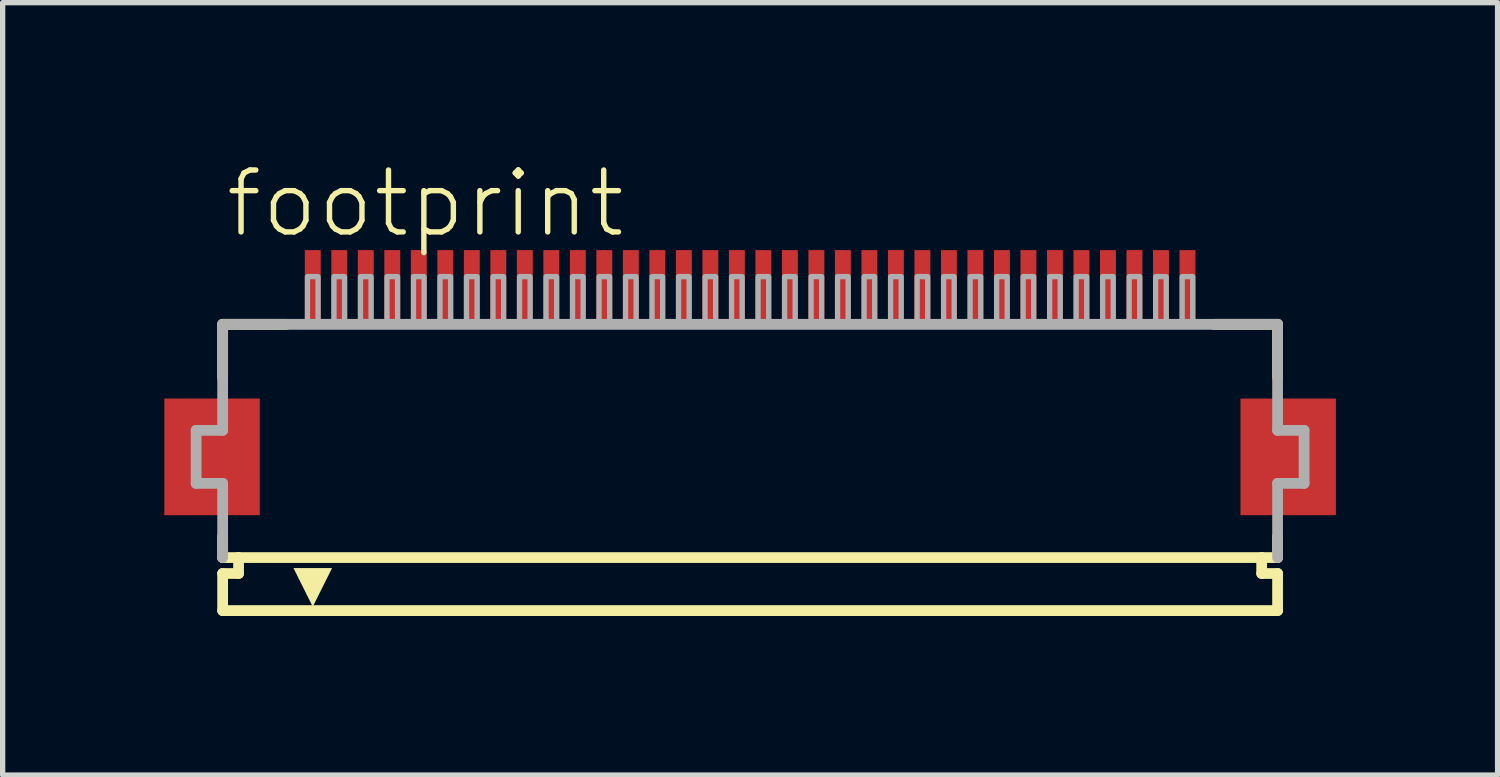
<source format=kicad_pcb>
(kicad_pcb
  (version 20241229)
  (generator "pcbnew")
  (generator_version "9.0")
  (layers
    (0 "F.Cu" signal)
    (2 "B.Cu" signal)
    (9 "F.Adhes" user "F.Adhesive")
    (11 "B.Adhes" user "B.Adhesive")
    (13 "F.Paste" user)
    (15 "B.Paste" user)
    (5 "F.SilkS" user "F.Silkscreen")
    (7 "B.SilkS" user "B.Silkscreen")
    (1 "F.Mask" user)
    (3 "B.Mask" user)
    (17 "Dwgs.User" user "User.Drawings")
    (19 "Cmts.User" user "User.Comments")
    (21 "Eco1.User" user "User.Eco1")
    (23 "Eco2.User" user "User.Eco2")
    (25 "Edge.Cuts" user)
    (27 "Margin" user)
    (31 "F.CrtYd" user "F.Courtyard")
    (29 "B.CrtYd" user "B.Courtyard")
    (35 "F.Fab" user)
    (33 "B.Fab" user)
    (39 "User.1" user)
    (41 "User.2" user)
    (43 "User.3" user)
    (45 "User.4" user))
  (footprint "footprint"
    (layer "F.Cu")
    (at 11.1 5.568)
    (property "Reference" "footprint" (at -9.948 -4.095 0) (layer "F.SilkS") (effects (font (size 1.168 1.168) (thickness 0.102)) (justify left bottom)))
    (fp_poly (pts (xy -9.25 -1.1) (xy -11.05 -1.1) (xy -11.05 1.1) (xy -9.25 1.1)) (stroke (width 0) (type solid)) (fill yes) (layer "F.Cu"))
    (fp_poly (pts (xy 11.05 -1.1) (xy 9.25 -1.1) (xy 9.25 1.1) (xy 11.05 1.1)) (stroke (width 0) (type solid)) (fill yes) (layer "F.Cu"))
    (fp_poly (pts (xy -9.2 -1.175) (xy -11.1 -1.175) (xy -11.1 1.175) (xy -9.2 1.175)) (stroke (width 0) (type solid)) (fill yes) (layer "F.Mask"))
    (fp_poly (pts (xy -8.45 -2.55) (xy -8.05 -2.55) (xy -8.05 -3.95) (xy -8.45 -3.95)) (stroke (width 0) (type solid)) (fill yes) (layer "F.Mask"))
    (fp_poly (pts (xy -7.95 -2.55) (xy -7.55 -2.55) (xy -7.55 -3.95) (xy -7.95 -3.95)) (stroke (width 0) (type solid)) (fill yes) (layer "F.Mask"))
    (fp_poly (pts (xy -7.45 -2.55) (xy -7.05 -2.55) (xy -7.05 -3.95) (xy -7.45 -3.95)) (stroke (width 0) (type solid)) (fill yes) (layer "F.Mask"))
    (fp_poly (pts (xy -6.95 -2.55) (xy -6.55 -2.55) (xy -6.55 -3.95) (xy -6.95 -3.95)) (stroke (width 0) (type solid)) (fill yes) (layer "F.Mask"))
    (fp_poly (pts (xy -6.45 -2.55) (xy -6.05 -2.55) (xy -6.05 -3.95) (xy -6.45 -3.95)) (stroke (width 0) (type solid)) (fill yes) (layer "F.Mask"))
    (fp_poly (pts (xy -5.95 -2.55) (xy -5.55 -2.55) (xy -5.55 -3.95) (xy -5.95 -3.95)) (stroke (width 0) (type solid)) (fill yes) (layer "F.Mask"))
    (fp_poly (pts (xy -5.45 -2.55) (xy -5.05 -2.55) (xy -5.05 -3.95) (xy -5.45 -3.95)) (stroke (width 0) (type solid)) (fill yes) (layer "F.Mask"))
    (fp_poly (pts (xy -4.95 -2.55) (xy -4.55 -2.55) (xy -4.55 -3.95) (xy -4.95 -3.95)) (stroke (width 0) (type solid)) (fill yes) (layer "F.Mask"))
    (fp_poly (pts (xy -4.45 -2.55) (xy -4.05 -2.55) (xy -4.05 -3.95) (xy -4.45 -3.95)) (stroke (width 0) (type solid)) (fill yes) (layer "F.Mask"))
    (fp_poly (pts (xy -3.95 -2.55) (xy -3.55 -2.55) (xy -3.55 -3.95) (xy -3.95 -3.95)) (stroke (width 0) (type solid)) (fill yes) (layer "F.Mask"))
    (fp_poly (pts (xy -3.45 -2.55) (xy -3.05 -2.55) (xy -3.05 -3.95) (xy -3.45 -3.95)) (stroke (width 0) (type solid)) (fill yes) (layer "F.Mask"))
    (fp_poly (pts (xy -2.95 -2.55) (xy -2.55 -2.55) (xy -2.55 -3.95) (xy -2.95 -3.95)) (stroke (width 0) (type solid)) (fill yes) (layer "F.Mask"))
    (fp_poly (pts (xy -2.45 -2.55) (xy -2.05 -2.55) (xy -2.05 -3.95) (xy -2.45 -3.95)) (stroke (width 0) (type solid)) (fill yes) (layer "F.Mask"))
    (fp_poly (pts (xy -1.95 -2.55) (xy -1.55 -2.55) (xy -1.55 -3.95) (xy -1.95 -3.95)) (stroke (width 0) (type solid)) (fill yes) (layer "F.Mask"))
    (fp_poly (pts (xy -1.45 -2.55) (xy -1.05 -2.55) (xy -1.05 -3.95) (xy -1.45 -3.95)) (stroke (width 0) (type solid)) (fill yes) (layer "F.Mask"))
    (fp_poly (pts (xy -0.95 -2.55) (xy -0.55 -2.55) (xy -0.55 -3.95) (xy -0.95 -3.95)) (stroke (width 0) (type solid)) (fill yes) (layer "F.Mask"))
    (fp_poly (pts (xy -0.45 -2.55) (xy -0.05 -2.55) (xy -0.05 -3.95) (xy -0.45 -3.95)) (stroke (width 0) (type solid)) (fill yes) (layer "F.Mask"))
    (fp_poly (pts (xy 0.05 -2.55) (xy 0.45 -2.55) (xy 0.45 -3.95) (xy 0.05 -3.95)) (stroke (width 0) (type solid)) (fill yes) (layer "F.Mask"))
    (fp_poly (pts (xy 0.55 -2.55) (xy 0.95 -2.55) (xy 0.95 -3.95) (xy 0.55 -3.95)) (stroke (width 0) (type solid)) (fill yes) (layer "F.Mask"))
    (fp_poly (pts (xy 1.05 -2.55) (xy 1.45 -2.55) (xy 1.45 -3.95) (xy 1.05 -3.95)) (stroke (width 0) (type solid)) (fill yes) (layer "F.Mask"))
    (fp_poly (pts (xy 1.55 -2.55) (xy 1.95 -2.55) (xy 1.95 -3.95) (xy 1.55 -3.95)) (stroke (width 0) (type solid)) (fill yes) (layer "F.Mask"))
    (fp_poly (pts (xy 2.05 -2.55) (xy 2.45 -2.55) (xy 2.45 -3.95) (xy 2.05 -3.95)) (stroke (width 0) (type solid)) (fill yes) (layer "F.Mask"))
    (fp_poly (pts (xy 2.55 -2.55) (xy 2.95 -2.55) (xy 2.95 -3.95) (xy 2.55 -3.95)) (stroke (width 0) (type solid)) (fill yes) (layer "F.Mask"))
    (fp_poly (pts (xy 3.05 -2.55) (xy 3.45 -2.55) (xy 3.45 -3.95) (xy 3.05 -3.95)) (stroke (width 0) (type solid)) (fill yes) (layer "F.Mask"))
    (fp_poly (pts (xy 3.55 -2.55) (xy 3.95 -2.55) (xy 3.95 -3.95) (xy 3.55 -3.95)) (stroke (width 0) (type solid)) (fill yes) (layer "F.Mask"))
    (fp_poly (pts (xy 4.05 -2.55) (xy 4.45 -2.55) (xy 4.45 -3.95) (xy 4.05 -3.95)) (stroke (width 0) (type solid)) (fill yes) (layer "F.Mask"))
    (fp_poly (pts (xy 4.55 -2.55) (xy 4.95 -2.55) (xy 4.95 -3.95) (xy 4.55 -3.95)) (stroke (width 0) (type solid)) (fill yes) (layer "F.Mask"))
    (fp_poly (pts (xy 5.05 -2.55) (xy 5.45 -2.55) (xy 5.45 -3.95) (xy 5.05 -3.95)) (stroke (width 0) (type solid)) (fill yes) (layer "F.Mask"))
    (fp_poly (pts (xy 5.55 -2.55) (xy 5.95 -2.55) (xy 5.95 -3.95) (xy 5.55 -3.95)) (stroke (width 0) (type solid)) (fill yes) (layer "F.Mask"))
    (fp_poly (pts (xy 6.05 -2.55) (xy 6.45 -2.55) (xy 6.45 -3.95) (xy 6.05 -3.95)) (stroke (width 0) (type solid)) (fill yes) (layer "F.Mask"))
    (fp_poly (pts (xy 6.55 -2.55) (xy 6.95 -2.55) (xy 6.95 -3.95) (xy 6.55 -3.95)) (stroke (width 0) (type solid)) (fill yes) (layer "F.Mask"))
    (fp_poly (pts (xy 7.05 -2.55) (xy 7.45 -2.55) (xy 7.45 -3.95) (xy 7.05 -3.95)) (stroke (width 0) (type solid)) (fill yes) (layer "F.Mask"))
    (fp_poly (pts (xy 7.55 -2.55) (xy 7.95 -2.55) (xy 7.95 -3.95) (xy 7.55 -3.95)) (stroke (width 0) (type solid)) (fill yes) (layer "F.Mask"))
    (fp_poly (pts (xy 8.05 -2.55) (xy 8.45 -2.55) (xy 8.45 -3.95) (xy 8.05 -3.95)) (stroke (width 0) (type solid)) (fill yes) (layer "F.Mask"))
    (fp_poly (pts (xy 11.1 -1.175) (xy 9.2 -1.175) (xy 9.2 1.175) (xy 11.1 1.175)) (stroke (width 0) (type solid)) (fill yes) (layer "F.Mask"))
    (fp_line (start -9.95 -2.5) (end -9.95 -1.5) (stroke (width 0.203) (type solid)) (layer "F.SilkS"))
    (fp_line (start -9.95 1.5) (end -9.95 1.9) (stroke (width 0.203) (type solid)) (layer "F.SilkS"))
    (fp_line (start -9.95 1.9) (end -9.65 1.9) (stroke (width 0.203) (type solid)) (layer "F.SilkS"))
    (fp_line (start -9.95 2.2) (end -9.95 2.9) (stroke (width 0.203) (type solid)) (layer "F.SilkS"))
    (fp_line (start -9.65 1.9) (end -9.65 2.2) (stroke (width 0.203) (type solid)) (layer "F.SilkS"))
    (fp_line (start -9.65 2.2) (end -9.95 2.2) (stroke (width 0.203) (type solid)) (layer "F.SilkS"))
    (fp_line (start -8.75 -2.5) (end -9.95 -2.5) (stroke (width 0.203) (type solid)) (layer "F.SilkS"))
    (fp_line (start 9.65 1.9) (end -9.65 1.9) (stroke (width 0.203) (type solid)) (layer "F.SilkS"))
    (fp_line (start 9.65 1.9) (end 9.95 1.9) (stroke (width 0.203) (type solid)) (layer "F.SilkS"))
    (fp_line (start 9.65 2.2) (end 9.65 1.9) (stroke (width 0.203) (type solid)) (layer "F.SilkS"))
    (fp_line (start 9.95 -2.5) (end 8.75 -2.5) (stroke (width 0.203) (type solid)) (layer "F.SilkS"))
    (fp_line (start 9.95 -1.5) (end 9.95 -2.5) (stroke (width 0.203) (type solid)) (layer "F.SilkS"))
    (fp_line (start 9.95 1.9) (end 9.95 1.5) (stroke (width 0.203) (type solid)) (layer "F.SilkS"))
    (fp_line (start 9.95 2.2) (end 9.65 2.2) (stroke (width 0.203) (type solid)) (layer "F.SilkS"))
    (fp_line (start 9.95 2.9) (end -9.95 2.9) (stroke (width 0.203) (type solid)) (layer "F.SilkS"))
    (fp_line (start 9.95 2.9) (end 9.95 2.2) (stroke (width 0.203) (type solid)) (layer "F.SilkS"))
    (fp_poly (pts (xy -8.25 2.827) (xy -8.614 2.098) (xy -7.886 2.098)) (stroke (width 0) (type solid)) (fill yes) (layer "F.SilkS"))
    (fp_poly (pts (xy -9.325 -1.025) (xy -10.975 -1.025) (xy -10.975 1.025) (xy -9.325 1.025)) (stroke (width 0) (type solid)) (fill yes) (layer "F.Paste"))
    (fp_poly (pts (xy -8.375 -2.625) (xy -8.125 -2.625) (xy -8.125 -3.875) (xy -8.375 -3.875)) (stroke (width 0) (type solid)) (fill yes) (layer "F.Paste"))
    (fp_poly (pts (xy -7.875 -2.625) (xy -7.625 -2.625) (xy -7.625 -3.875) (xy -7.875 -3.875)) (stroke (width 0) (type solid)) (fill yes) (layer "F.Paste"))
    (fp_poly (pts (xy -7.375 -2.625) (xy -7.125 -2.625) (xy -7.125 -3.875) (xy -7.375 -3.875)) (stroke (width 0) (type solid)) (fill yes) (layer "F.Paste"))
    (fp_poly (pts (xy -6.875 -2.625) (xy -6.625 -2.625) (xy -6.625 -3.875) (xy -6.875 -3.875)) (stroke (width 0) (type solid)) (fill yes) (layer "F.Paste"))
    (fp_poly (pts (xy -6.375 -2.625) (xy -6.125 -2.625) (xy -6.125 -3.875) (xy -6.375 -3.875)) (stroke (width 0) (type solid)) (fill yes) (layer "F.Paste"))
    (fp_poly (pts (xy -5.875 -2.625) (xy -5.625 -2.625) (xy -5.625 -3.875) (xy -5.875 -3.875)) (stroke (width 0) (type solid)) (fill yes) (layer "F.Paste"))
    (fp_poly (pts (xy -5.375 -2.625) (xy -5.125 -2.625) (xy -5.125 -3.875) (xy -5.375 -3.875)) (stroke (width 0) (type solid)) (fill yes) (layer "F.Paste"))
    (fp_poly (pts (xy -4.875 -2.625) (xy -4.625 -2.625) (xy -4.625 -3.875) (xy -4.875 -3.875)) (stroke (width 0) (type solid)) (fill yes) (layer "F.Paste"))
    (fp_poly (pts (xy -4.375 -2.625) (xy -4.125 -2.625) (xy -4.125 -3.875) (xy -4.375 -3.875)) (stroke (width 0) (type solid)) (fill yes) (layer "F.Paste"))
    (fp_poly (pts (xy -3.875 -2.625) (xy -3.625 -2.625) (xy -3.625 -3.875) (xy -3.875 -3.875)) (stroke (width 0) (type solid)) (fill yes) (layer "F.Paste"))
    (fp_poly (pts (xy -3.375 -2.625) (xy -3.125 -2.625) (xy -3.125 -3.875) (xy -3.375 -3.875)) (stroke (width 0) (type solid)) (fill yes) (layer "F.Paste"))
    (fp_poly (pts (xy -2.875 -2.625) (xy -2.625 -2.625) (xy -2.625 -3.875) (xy -2.875 -3.875)) (stroke (width 0) (type solid)) (fill yes) (layer "F.Paste"))
    (fp_poly (pts (xy -2.375 -2.625) (xy -2.125 -2.625) (xy -2.125 -3.875) (xy -2.375 -3.875)) (stroke (width 0) (type solid)) (fill yes) (layer "F.Paste"))
    (fp_poly (pts (xy -1.875 -2.625) (xy -1.625 -2.625) (xy -1.625 -3.875) (xy -1.875 -3.875)) (stroke (width 0) (type solid)) (fill yes) (layer "F.Paste"))
    (fp_poly (pts (xy -1.375 -2.625) (xy -1.125 -2.625) (xy -1.125 -3.875) (xy -1.375 -3.875)) (stroke (width 0) (type solid)) (fill yes) (layer "F.Paste"))
    (fp_poly (pts (xy -0.875 -2.625) (xy -0.625 -2.625) (xy -0.625 -3.875) (xy -0.875 -3.875)) (stroke (width 0) (type solid)) (fill yes) (layer "F.Paste"))
    (fp_poly (pts (xy -0.375 -2.625) (xy -0.125 -2.625) (xy -0.125 -3.875) (xy -0.375 -3.875)) (stroke (width 0) (type solid)) (fill yes) (layer "F.Paste"))
    (fp_poly (pts (xy 0.125 -2.625) (xy 0.375 -2.625) (xy 0.375 -3.875) (xy 0.125 -3.875)) (stroke (width 0) (type solid)) (fill yes) (layer "F.Paste"))
    (fp_poly (pts (xy 0.625 -2.625) (xy 0.875 -2.625) (xy 0.875 -3.875) (xy 0.625 -3.875)) (stroke (width 0) (type solid)) (fill yes) (layer "F.Paste"))
    (fp_poly (pts (xy 1.125 -2.625) (xy 1.375 -2.625) (xy 1.375 -3.875) (xy 1.125 -3.875)) (stroke (width 0) (type solid)) (fill yes) (layer "F.Paste"))
    (fp_poly (pts (xy 1.625 -2.625) (xy 1.875 -2.625) (xy 1.875 -3.875) (xy 1.625 -3.875)) (stroke (width 0) (type solid)) (fill yes) (layer "F.Paste"))
    (fp_poly (pts (xy 2.125 -2.625) (xy 2.375 -2.625) (xy 2.375 -3.875) (xy 2.125 -3.875)) (stroke (width 0) (type solid)) (fill yes) (layer "F.Paste"))
    (fp_poly (pts (xy 2.625 -2.625) (xy 2.875 -2.625) (xy 2.875 -3.875) (xy 2.625 -3.875)) (stroke (width 0) (type solid)) (fill yes) (layer "F.Paste"))
    (fp_poly (pts (xy 3.125 -2.625) (xy 3.375 -2.625) (xy 3.375 -3.875) (xy 3.125 -3.875)) (stroke (width 0) (type solid)) (fill yes) (layer "F.Paste"))
    (fp_poly (pts (xy 3.625 -2.625) (xy 3.875 -2.625) (xy 3.875 -3.875) (xy 3.625 -3.875)) (stroke (width 0) (type solid)) (fill yes) (layer "F.Paste"))
    (fp_poly (pts (xy 4.125 -2.625) (xy 4.375 -2.625) (xy 4.375 -3.875) (xy 4.125 -3.875)) (stroke (width 0) (type solid)) (fill yes) (layer "F.Paste"))
    (fp_poly (pts (xy 4.625 -2.625) (xy 4.875 -2.625) (xy 4.875 -3.875) (xy 4.625 -3.875)) (stroke (width 0) (type solid)) (fill yes) (layer "F.Paste"))
    (fp_poly (pts (xy 5.125 -2.625) (xy 5.375 -2.625) (xy 5.375 -3.875) (xy 5.125 -3.875)) (stroke (width 0) (type solid)) (fill yes) (layer "F.Paste"))
    (fp_poly (pts (xy 5.625 -2.625) (xy 5.875 -2.625) (xy 5.875 -3.875) (xy 5.625 -3.875)) (stroke (width 0) (type solid)) (fill yes) (layer "F.Paste"))
    (fp_poly (pts (xy 6.125 -2.625) (xy 6.375 -2.625) (xy 6.375 -3.875) (xy 6.125 -3.875)) (stroke (width 0) (type solid)) (fill yes) (layer "F.Paste"))
    (fp_poly (pts (xy 6.625 -2.625) (xy 6.875 -2.625) (xy 6.875 -3.875) (xy 6.625 -3.875)) (stroke (width 0) (type solid)) (fill yes) (layer "F.Paste"))
    (fp_poly (pts (xy 7.125 -2.625) (xy 7.375 -2.625) (xy 7.375 -3.875) (xy 7.125 -3.875)) (stroke (width 0) (type solid)) (fill yes) (layer "F.Paste"))
    (fp_poly (pts (xy 7.625 -2.625) (xy 7.875 -2.625) (xy 7.875 -3.875) (xy 7.625 -3.875)) (stroke (width 0) (type solid)) (fill yes) (layer "F.Paste"))
    (fp_poly (pts (xy 8.125 -2.625) (xy 8.375 -2.625) (xy 8.375 -3.875) (xy 8.125 -3.875)) (stroke (width 0) (type solid)) (fill yes) (layer "F.Paste"))
    (fp_poly (pts (xy 10.975 -1.025) (xy 9.325 -1.025) (xy 9.325 1.025) (xy 10.975 1.025)) (stroke (width 0) (type solid)) (fill yes) (layer "F.Paste"))
    (fp_line (start -10.45 -0.5) (end -10.45 0.5) (stroke (width 0.203) (type solid)) (layer "F.Fab"))
    (fp_line (start -10.45 0.5) (end -9.95 0.5) (stroke (width 0.203) (type solid)) (layer "F.Fab"))
    (fp_line (start -9.95 -2.5) (end -9.95 -0.5) (stroke (width 0.203) (type solid)) (layer "F.Fab"))
    (fp_line (start -9.95 -0.5) (end -10.45 -0.5) (stroke (width 0.203) (type solid)) (layer "F.Fab"))
    (fp_line (start -9.95 0.5) (end -9.95 1.9) (stroke (width 0.203) (type solid)) (layer "F.Fab"))
    (fp_line (start 9.95 -2.5) (end -9.95 -2.5) (stroke (width 0.203) (type solid)) (layer "F.Fab"))
    (fp_line (start 9.95 -0.5) (end 9.95 -2.5) (stroke (width 0.203) (type solid)) (layer "F.Fab"))
    (fp_line (start 9.95 0.5) (end 10.45 0.5) (stroke (width 0.203) (type solid)) (layer "F.Fab"))
    (fp_line (start 9.95 1.9) (end 9.95 0.5) (stroke (width 0.203) (type solid)) (layer "F.Fab"))
    (fp_line (start 10.45 -0.5) (end 9.95 -0.5) (stroke (width 0.203) (type solid)) (layer "F.Fab"))
    (fp_line (start 10.45 0.5) (end 10.45 -0.5) (stroke (width 0.203) (type solid)) (layer "F.Fab"))
    (fp_poly (pts (xy -8.35 -2.55) (xy -8.15 -2.55) (xy -8.15 -3.4) (xy -8.35 -3.4)) (stroke (width 0.1) (type solid)) (fill no) (layer "F.Fab"))
    (fp_poly (pts (xy -7.85 -2.55) (xy -7.65 -2.55) (xy -7.65 -3.4) (xy -7.85 -3.4)) (stroke (width 0.1) (type solid)) (fill no) (layer "F.Fab"))
    (fp_poly (pts (xy -7.35 -2.55) (xy -7.15 -2.55) (xy -7.15 -3.4) (xy -7.35 -3.4)) (stroke (width 0.1) (type solid)) (fill no) (layer "F.Fab"))
    (fp_poly (pts (xy -6.85 -2.55) (xy -6.65 -2.55) (xy -6.65 -3.4) (xy -6.85 -3.4)) (stroke (width 0.1) (type solid)) (fill no) (layer "F.Fab"))
    (fp_poly (pts (xy -6.35 -2.55) (xy -6.15 -2.55) (xy -6.15 -3.4) (xy -6.35 -3.4)) (stroke (width 0.1) (type solid)) (fill no) (layer "F.Fab"))
    (fp_poly (pts (xy -5.85 -2.55) (xy -5.65 -2.55) (xy -5.65 -3.4) (xy -5.85 -3.4)) (stroke (width 0.1) (type solid)) (fill no) (layer "F.Fab"))
    (fp_poly (pts (xy -5.35 -2.55) (xy -5.15 -2.55) (xy -5.15 -3.4) (xy -5.35 -3.4)) (stroke (width 0.1) (type solid)) (fill no) (layer "F.Fab"))
    (fp_poly (pts (xy -4.85 -2.55) (xy -4.65 -2.55) (xy -4.65 -3.4) (xy -4.85 -3.4)) (stroke (width 0.1) (type solid)) (fill no) (layer "F.Fab"))
    (fp_poly (pts (xy -4.35 -2.55) (xy -4.15 -2.55) (xy -4.15 -3.4) (xy -4.35 -3.4)) (stroke (width 0.1) (type solid)) (fill no) (layer "F.Fab"))
    (fp_poly (pts (xy -3.85 -2.55) (xy -3.65 -2.55) (xy -3.65 -3.4) (xy -3.85 -3.4)) (stroke (width 0.1) (type solid)) (fill no) (layer "F.Fab"))
    (fp_poly (pts (xy -3.35 -2.55) (xy -3.15 -2.55) (xy -3.15 -3.4) (xy -3.35 -3.4)) (stroke (width 0.1) (type solid)) (fill no) (layer "F.Fab"))
    (fp_poly (pts (xy -2.85 -2.55) (xy -2.65 -2.55) (xy -2.65 -3.4) (xy -2.85 -3.4)) (stroke (width 0.1) (type solid)) (fill no) (layer "F.Fab"))
    (fp_poly (pts (xy -2.35 -2.55) (xy -2.15 -2.55) (xy -2.15 -3.4) (xy -2.35 -3.4)) (stroke (width 0.1) (type solid)) (fill no) (layer "F.Fab"))
    (fp_poly (pts (xy -1.85 -2.55) (xy -1.65 -2.55) (xy -1.65 -3.4) (xy -1.85 -3.4)) (stroke (width 0.1) (type solid)) (fill no) (layer "F.Fab"))
    (fp_poly (pts (xy -1.35 -2.55) (xy -1.15 -2.55) (xy -1.15 -3.4) (xy -1.35 -3.4)) (stroke (width 0.1) (type solid)) (fill no) (layer "F.Fab"))
    (fp_poly (pts (xy -0.85 -2.55) (xy -0.65 -2.55) (xy -0.65 -3.4) (xy -0.85 -3.4)) (stroke (width 0.1) (type solid)) (fill no) (layer "F.Fab"))
    (fp_poly (pts (xy -0.35 -2.55) (xy -0.15 -2.55) (xy -0.15 -3.4) (xy -0.35 -3.4)) (stroke (width 0.1) (type solid)) (fill no) (layer "F.Fab"))
    (fp_poly (pts (xy 0.15 -2.55) (xy 0.35 -2.55) (xy 0.35 -3.4) (xy 0.15 -3.4)) (stroke (width 0.1) (type solid)) (fill no) (layer "F.Fab"))
    (fp_poly (pts (xy 0.65 -2.55) (xy 0.85 -2.55) (xy 0.85 -3.4) (xy 0.65 -3.4)) (stroke (width 0.1) (type solid)) (fill no) (layer "F.Fab"))
    (fp_poly (pts (xy 1.15 -2.55) (xy 1.35 -2.55) (xy 1.35 -3.4) (xy 1.15 -3.4)) (stroke (width 0.1) (type solid)) (fill no) (layer "F.Fab"))
    (fp_poly (pts (xy 1.65 -2.55) (xy 1.85 -2.55) (xy 1.85 -3.4) (xy 1.65 -3.4)) (stroke (width 0.1) (type solid)) (fill no) (layer "F.Fab"))
    (fp_poly (pts (xy 2.15 -2.55) (xy 2.35 -2.55) (xy 2.35 -3.4) (xy 2.15 -3.4)) (stroke (width 0.1) (type solid)) (fill no) (layer "F.Fab"))
    (fp_poly (pts (xy 2.65 -2.55) (xy 2.85 -2.55) (xy 2.85 -3.4) (xy 2.65 -3.4)) (stroke (width 0.1) (type solid)) (fill no) (layer "F.Fab"))
    (fp_poly (pts (xy 3.15 -2.55) (xy 3.35 -2.55) (xy 3.35 -3.4) (xy 3.15 -3.4)) (stroke (width 0.1) (type solid)) (fill no) (layer "F.Fab"))
    (fp_poly (pts (xy 3.65 -2.55) (xy 3.85 -2.55) (xy 3.85 -3.4) (xy 3.65 -3.4)) (stroke (width 0.1) (type solid)) (fill no) (layer "F.Fab"))
    (fp_poly (pts (xy 4.15 -2.55) (xy 4.35 -2.55) (xy 4.35 -3.4) (xy 4.15 -3.4)) (stroke (width 0.1) (type solid)) (fill no) (layer "F.Fab"))
    (fp_poly (pts (xy 4.65 -2.55) (xy 4.85 -2.55) (xy 4.85 -3.4) (xy 4.65 -3.4)) (stroke (width 0.1) (type solid)) (fill no) (layer "F.Fab"))
    (fp_poly (pts (xy 5.15 -2.55) (xy 5.35 -2.55) (xy 5.35 -3.4) (xy 5.15 -3.4)) (stroke (width 0.1) (type solid)) (fill no) (layer "F.Fab"))
    (fp_poly (pts (xy 5.65 -2.55) (xy 5.85 -2.55) (xy 5.85 -3.4) (xy 5.65 -3.4)) (stroke (width 0.1) (type solid)) (fill no) (layer "F.Fab"))
    (fp_poly (pts (xy 6.15 -2.55) (xy 6.35 -2.55) (xy 6.35 -3.4) (xy 6.15 -3.4)) (stroke (width 0.1) (type solid)) (fill no) (layer "F.Fab"))
    (fp_poly (pts (xy 6.65 -2.55) (xy 6.85 -2.55) (xy 6.85 -3.4) (xy 6.65 -3.4)) (stroke (width 0.1) (type solid)) (fill no) (layer "F.Fab"))
    (fp_poly (pts (xy 7.15 -2.55) (xy 7.35 -2.55) (xy 7.35 -3.4) (xy 7.15 -3.4)) (stroke (width 0.1) (type solid)) (fill no) (layer "F.Fab"))
    (fp_poly (pts (xy 7.65 -2.55) (xy 7.85 -2.55) (xy 7.85 -3.4) (xy 7.65 -3.4)) (stroke (width 0.1) (type solid)) (fill no) (layer "F.Fab"))
    (fp_poly (pts (xy 8.15 -2.55) (xy 8.35 -2.55) (xy 8.35 -3.4) (xy 8.15 -3.4)) (stroke (width 0.1) (type solid)) (fill no) (layer "F.Fab"))
    (pad "1" smd rect (at -8.25 -3.25) (size 0.3 1.3) (layers "F.Cu"))
    (pad "2" smd rect (at -7.75 -3.25) (size 0.3 1.3) (layers "F.Cu"))
    (pad "3" smd rect (at -7.25 -3.25) (size 0.3 1.3) (layers "F.Cu"))
    (pad "4" smd rect (at -6.75 -3.25) (size 0.3 1.3) (layers "F.Cu"))
    (pad "5" smd rect (at -6.25 -3.25) (size 0.3 1.3) (layers "F.Cu"))
    (pad "6" smd rect (at -5.75 -3.25) (size 0.3 1.3) (layers "F.Cu"))
    (pad "7" smd rect (at -5.25 -3.25) (size 0.3 1.3) (layers "F.Cu"))
    (pad "8" smd rect (at -4.75 -3.25) (size 0.3 1.3) (layers "F.Cu"))
    (pad "9" smd rect (at -4.25 -3.25) (size 0.3 1.3) (layers "F.Cu"))
    (pad "10" smd rect (at -3.75 -3.25) (size 0.3 1.3) (layers "F.Cu"))
    (pad "11" smd rect (at -3.25 -3.25) (size 0.3 1.3) (layers "F.Cu"))
    (pad "12" smd rect (at -2.75 -3.25) (size 0.3 1.3) (layers "F.Cu"))
    (pad "13" smd rect (at -2.25 -3.25) (size 0.3 1.3) (layers "F.Cu"))
    (pad "14" smd rect (at -1.75 -3.25) (size 0.3 1.3) (layers "F.Cu"))
    (pad "15" smd rect (at -1.25 -3.25) (size 0.3 1.3) (layers "F.Cu"))
    (pad "16" smd rect (at -0.75 -3.25) (size 0.3 1.3) (layers "F.Cu"))
    (pad "17" smd rect (at -0.25 -3.25) (size 0.3 1.3) (layers "F.Cu"))
    (pad "18" smd rect (at 0.25 -3.25) (size 0.3 1.3) (layers "F.Cu"))
    (pad "19" smd rect (at 0.75 -3.25) (size 0.3 1.3) (layers "F.Cu"))
    (pad "20" smd rect (at 1.25 -3.25) (size 0.3 1.3) (layers "F.Cu"))
    (pad "21" smd rect (at 1.75 -3.25) (size 0.3 1.3) (layers "F.Cu"))
    (pad "22" smd rect (at 2.25 -3.25) (size 0.3 1.3) (layers "F.Cu"))
    (pad "23" smd rect (at 2.75 -3.25) (size 0.3 1.3) (layers "F.Cu"))
    (pad "24" smd rect (at 3.25 -3.25) (size 0.3 1.3) (layers "F.Cu"))
    (pad "25" smd rect (at 3.75 -3.25) (size 0.3 1.3) (layers "F.Cu"))
    (pad "26" smd rect (at 4.25 -3.25) (size 0.3 1.3) (layers "F.Cu"))
    (pad "27" smd rect (at 4.75 -3.25) (size 0.3 1.3) (layers "F.Cu"))
    (pad "28" smd rect (at 5.25 -3.25) (size 0.3 1.3) (layers "F.Cu"))
    (pad "29" smd rect (at 5.75 -3.25) (size 0.3 1.3) (layers "F.Cu"))
    (pad "30" smd rect (at 6.25 -3.25) (size 0.3 1.3) (layers "F.Cu"))
    (pad "31" smd rect (at 6.75 -3.25) (size 0.3 1.3) (layers "F.Cu"))
    (pad "32" smd rect (at 7.25 -3.25) (size 0.3 1.3) (layers "F.Cu"))
    (pad "33" smd rect (at 7.75 -3.25) (size 0.3 1.3) (layers "F.Cu"))
    (pad "34" smd rect (at 8.25 -3.25) (size 0.3 1.3) (layers "F.Cu")))
  (gr_rect
    (start -3 -3)
    (end 25.2 11.57)
    (stroke (width 0.1) (type default))
    (fill no)
    (layer "Edge.Cuts")))
</source>
